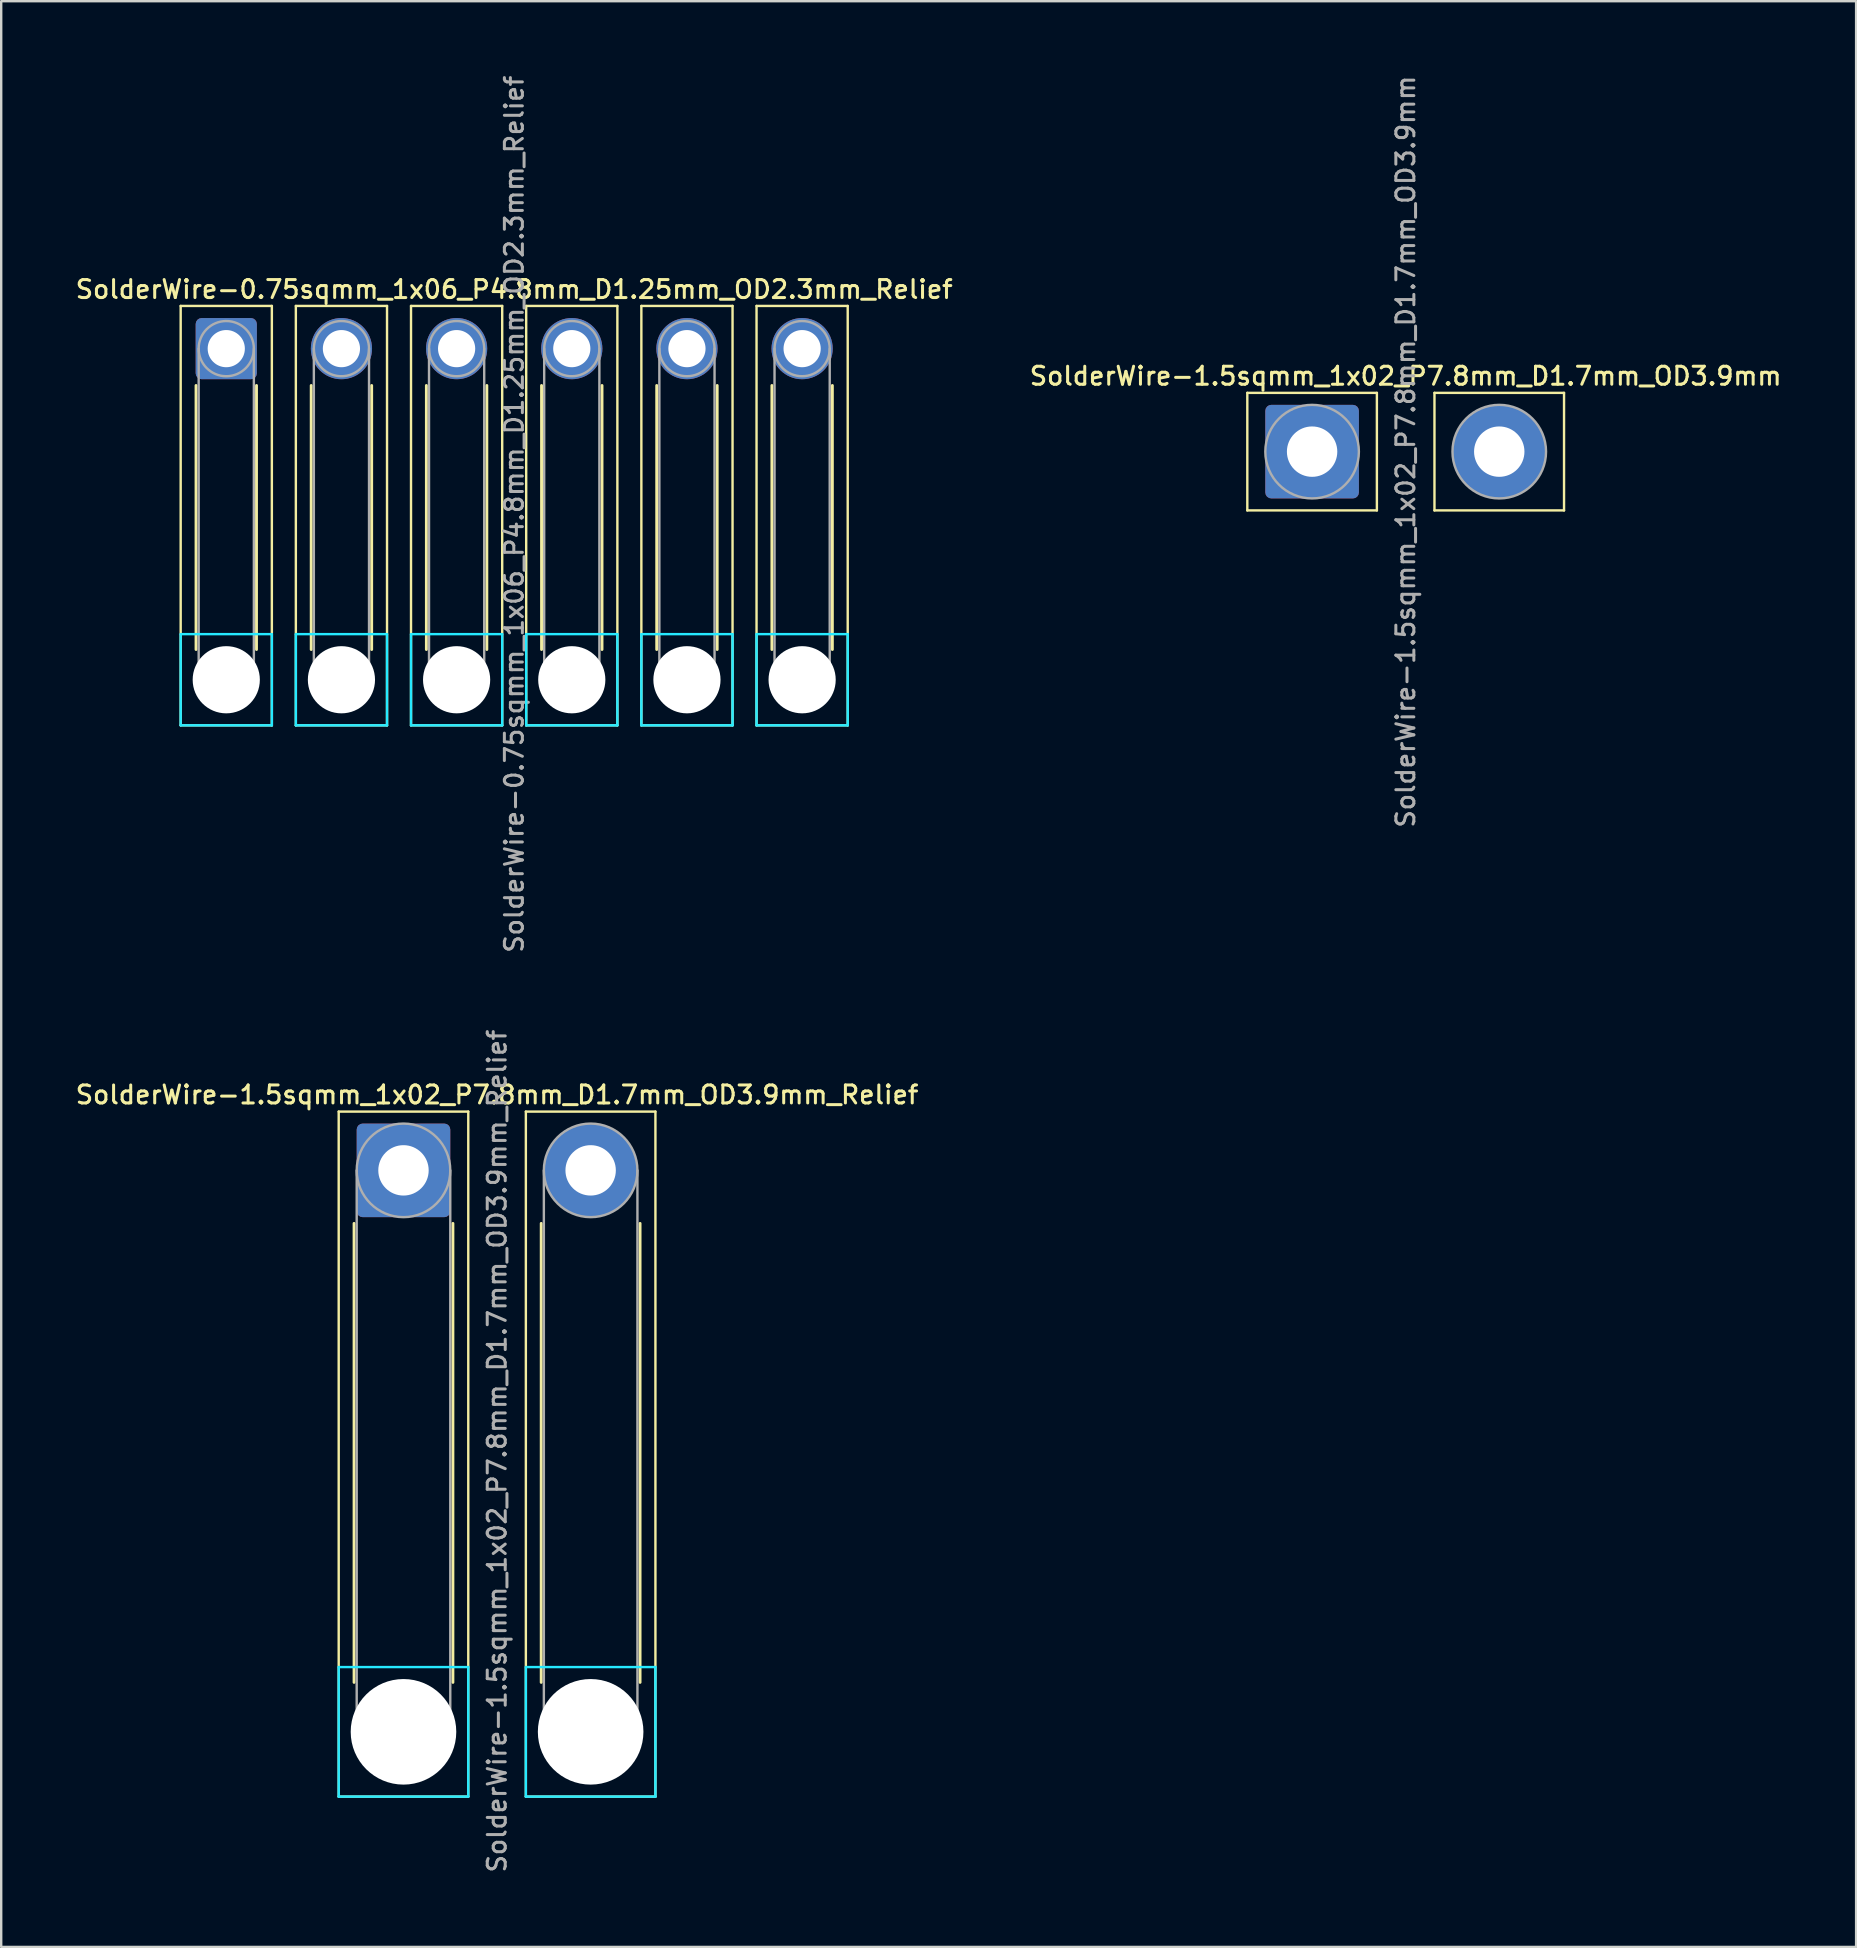
<source format=kicad_pcb>
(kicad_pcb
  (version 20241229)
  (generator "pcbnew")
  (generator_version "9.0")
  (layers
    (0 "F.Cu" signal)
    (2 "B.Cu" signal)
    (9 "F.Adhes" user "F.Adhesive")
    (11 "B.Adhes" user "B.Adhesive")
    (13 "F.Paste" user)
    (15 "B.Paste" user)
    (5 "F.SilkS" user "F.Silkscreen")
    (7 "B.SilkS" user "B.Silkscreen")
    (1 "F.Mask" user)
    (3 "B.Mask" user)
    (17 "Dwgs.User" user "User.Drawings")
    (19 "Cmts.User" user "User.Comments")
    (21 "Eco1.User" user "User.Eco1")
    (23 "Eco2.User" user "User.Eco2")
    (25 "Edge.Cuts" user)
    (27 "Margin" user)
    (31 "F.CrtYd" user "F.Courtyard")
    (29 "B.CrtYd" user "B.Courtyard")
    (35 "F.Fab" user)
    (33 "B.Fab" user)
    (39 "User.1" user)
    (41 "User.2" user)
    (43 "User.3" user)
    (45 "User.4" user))
  (footprint "SolderWire-1.5sqmm_1x02_P7.8mm_D1.7mm_OD3.9mm"
    (layer "F.Cu")
    (at 51.634 15.773)
    (property "Reference" "SolderWire-1.5sqmm_1x02_P7.8mm_D1.7mm_OD3.9mm" (at 3.9 -3.15 0) (layer "F.SilkS") (effects (font (size 0.75 0.75) (thickness 0.125))))
    (attr exclude_from_pos_files exclude_from_bom)
    (fp_line (start -2.7 -2.45) (end -2.7 2.45) (stroke (width 0.1) (type solid)) (layer "F.SilkS"))
    (fp_line (start -2.7 2.45) (end 2.7 2.45) (stroke (width 0.1) (type solid)) (layer "F.SilkS"))
    (fp_line (start 2.7 -2.45) (end -2.7 -2.45) (stroke (width 0.1) (type solid)) (layer "F.SilkS"))
    (fp_line (start 2.7 2.45) (end 2.7 -2.45) (stroke (width 0.1) (type solid)) (layer "F.SilkS"))
    (fp_line (start 5.1 -2.45) (end 5.1 2.45) (stroke (width 0.1) (type solid)) (layer "F.SilkS"))
    (fp_line (start 5.1 2.45) (end 10.5 2.45) (stroke (width 0.1) (type solid)) (layer "F.SilkS"))
    (fp_line (start 10.5 -2.45) (end 5.1 -2.45) (stroke (width 0.1) (type solid)) (layer "F.SilkS"))
    (fp_line (start 10.5 2.45) (end 10.5 -2.45) (stroke (width 0.1) (type solid)) (layer "F.SilkS"))
    (fp_circle (center 0 0) (end 1.95 0) (stroke (width 0.1) (type solid)) (fill no) (layer "F.Fab"))
    (fp_circle (center 7.8 0) (end 9.75 0) (stroke (width 0.1) (type solid)) (fill no) (layer "F.Fab"))
    (fp_text user "${REFERENCE}" (at 3.9 0 90) (layer "F.Fab") (effects (font (size 0.75 0.75) (thickness 0.125))))
    (pad "1" thru_hole roundrect (at 0 0) (size 3.9 3.9) (drill 2.1) (layers "*.Cu" "*.Mask") (roundrect_rratio 0.064))
    (pad "2" thru_hole circle (at 7.8 0) (size 3.9 3.9) (drill 2.1) (layers "*.Cu" "*.Mask")))
  (footprint "SolderWire-0.75sqmm_1x06_P4.8mm_D1.25mm_OD2.3mm_Relief"
    (layer "F.Cu")
    (at 6.38 11.48)
    (property "Reference" "SolderWire-0.75sqmm_1x06_P4.8mm_D1.25mm_OD2.3mm_Relief" (at 12 -2.47 0) (layer "F.SilkS") (effects (font (size 0.75 0.75) (thickness 0.125))))
    (attr exclude_from_pos_files exclude_from_bom)
    (fp_line (start -1.9 -1.78) (end -1.9 15.7) (stroke (width 0.1) (type solid)) (layer "F.SilkS"))
    (fp_line (start -1.9 15.7) (end 1.9 15.7) (stroke (width 0.1) (type solid)) (layer "F.SilkS"))
    (fp_line (start -1.26 1.535) (end -1.26 12.54) (stroke (width 0.12) (type solid)) (layer "F.SilkS"))
    (fp_line (start 1.26 1.535) (end 1.26 12.54) (stroke (width 0.12) (type solid)) (layer "F.SilkS"))
    (fp_line (start 1.9 -1.78) (end -1.9 -1.78) (stroke (width 0.1) (type solid)) (layer "F.SilkS"))
    (fp_line (start 1.9 15.7) (end 1.9 -1.78) (stroke (width 0.1) (type solid)) (layer "F.SilkS"))
    (fp_line (start 2.9 -1.78) (end 2.9 15.7) (stroke (width 0.1) (type solid)) (layer "F.SilkS"))
    (fp_line (start 2.9 15.7) (end 6.7 15.7) (stroke (width 0.1) (type solid)) (layer "F.SilkS"))
    (fp_line (start 3.54 1.535) (end 3.54 12.54) (stroke (width 0.12) (type solid)) (layer "F.SilkS"))
    (fp_line (start 6.06 1.535) (end 6.06 12.54) (stroke (width 0.12) (type solid)) (layer "F.SilkS"))
    (fp_line (start 6.7 -1.78) (end 2.9 -1.78) (stroke (width 0.1) (type solid)) (layer "F.SilkS"))
    (fp_line (start 6.7 15.7) (end 6.7 -1.78) (stroke (width 0.1) (type solid)) (layer "F.SilkS"))
    (fp_line (start 7.7 -1.78) (end 7.7 15.7) (stroke (width 0.1) (type solid)) (layer "F.SilkS"))
    (fp_line (start 7.7 15.7) (end 11.5 15.7) (stroke (width 0.1) (type solid)) (layer "F.SilkS"))
    (fp_line (start 8.34 1.535) (end 8.34 12.54) (stroke (width 0.12) (type solid)) (layer "F.SilkS"))
    (fp_line (start 10.86 1.535) (end 10.86 12.54) (stroke (width 0.12) (type solid)) (layer "F.SilkS"))
    (fp_line (start 11.5 -1.78) (end 7.7 -1.78) (stroke (width 0.1) (type solid)) (layer "F.SilkS"))
    (fp_line (start 11.5 15.7) (end 11.5 -1.78) (stroke (width 0.1) (type solid)) (layer "F.SilkS"))
    (fp_line (start 12.5 -1.78) (end 12.5 15.7) (stroke (width 0.1) (type solid)) (layer "F.SilkS"))
    (fp_line (start 12.5 15.7) (end 16.3 15.7) (stroke (width 0.1) (type solid)) (layer "F.SilkS"))
    (fp_line (start 13.14 1.535) (end 13.14 12.54) (stroke (width 0.12) (type solid)) (layer "F.SilkS"))
    (fp_line (start 15.66 1.535) (end 15.66 12.54) (stroke (width 0.12) (type solid)) (layer "F.SilkS"))
    (fp_line (start 16.3 -1.78) (end 12.5 -1.78) (stroke (width 0.1) (type solid)) (layer "F.SilkS"))
    (fp_line (start 16.3 15.7) (end 16.3 -1.78) (stroke (width 0.1) (type solid)) (layer "F.SilkS"))
    (fp_line (start 17.3 -1.78) (end 17.3 15.7) (stroke (width 0.1) (type solid)) (layer "F.SilkS"))
    (fp_line (start 17.3 15.7) (end 21.1 15.7) (stroke (width 0.1) (type solid)) (layer "F.SilkS"))
    (fp_line (start 17.94 1.535) (end 17.94 12.54) (stroke (width 0.12) (type solid)) (layer "F.SilkS"))
    (fp_line (start 20.46 1.535) (end 20.46 12.54) (stroke (width 0.12) (type solid)) (layer "F.SilkS"))
    (fp_line (start 21.1 -1.78) (end 17.3 -1.78) (stroke (width 0.1) (type solid)) (layer "F.SilkS"))
    (fp_line (start 21.1 15.7) (end 21.1 -1.78) (stroke (width 0.1) (type solid)) (layer "F.SilkS"))
    (fp_line (start 22.1 -1.78) (end 22.1 15.7) (stroke (width 0.1) (type solid)) (layer "F.SilkS"))
    (fp_line (start 22.1 15.7) (end 25.9 15.7) (stroke (width 0.1) (type solid)) (layer "F.SilkS"))
    (fp_line (start 22.74 1.535) (end 22.74 12.54) (stroke (width 0.12) (type solid)) (layer "F.SilkS"))
    (fp_line (start 25.26 1.535) (end 25.26 12.54) (stroke (width 0.12) (type solid)) (layer "F.SilkS"))
    (fp_line (start 25.9 -1.78) (end 22.1 -1.78) (stroke (width 0.1) (type solid)) (layer "F.SilkS"))
    (fp_line (start 25.9 15.7) (end 25.9 -1.78) (stroke (width 0.1) (type solid)) (layer "F.SilkS"))
    (fp_line (start -1.9 11.9) (end -1.9 15.7) (stroke (width 0.1) (type solid)) (layer "B.CrtYd"))
    (fp_line (start -1.9 15.7) (end 1.9 15.7) (stroke (width 0.1) (type solid)) (layer "B.CrtYd"))
    (fp_line (start 1.9 11.9) (end -1.9 11.9) (stroke (width 0.1) (type solid)) (layer "B.CrtYd"))
    (fp_line (start 1.9 15.7) (end 1.9 11.9) (stroke (width 0.1) (type solid)) (layer "B.CrtYd"))
    (fp_line (start 2.9 11.9) (end 2.9 15.7) (stroke (width 0.1) (type solid)) (layer "B.CrtYd"))
    (fp_line (start 2.9 15.7) (end 6.7 15.7) (stroke (width 0.1) (type solid)) (layer "B.CrtYd"))
    (fp_line (start 6.7 11.9) (end 2.9 11.9) (stroke (width 0.1) (type solid)) (layer "B.CrtYd"))
    (fp_line (start 6.7 15.7) (end 6.7 11.9) (stroke (width 0.1) (type solid)) (layer "B.CrtYd"))
    (fp_line (start 7.7 11.9) (end 7.7 15.7) (stroke (width 0.1) (type solid)) (layer "B.CrtYd"))
    (fp_line (start 7.7 15.7) (end 11.5 15.7) (stroke (width 0.1) (type solid)) (layer "B.CrtYd"))
    (fp_line (start 11.5 11.9) (end 7.7 11.9) (stroke (width 0.1) (type solid)) (layer "B.CrtYd"))
    (fp_line (start 11.5 15.7) (end 11.5 11.9) (stroke (width 0.1) (type solid)) (layer "B.CrtYd"))
    (fp_line (start 12.5 11.9) (end 12.5 15.7) (stroke (width 0.1) (type solid)) (layer "B.CrtYd"))
    (fp_line (start 12.5 15.7) (end 16.3 15.7) (stroke (width 0.1) (type solid)) (layer "B.CrtYd"))
    (fp_line (start 16.3 11.9) (end 12.5 11.9) (stroke (width 0.1) (type solid)) (layer "B.CrtYd"))
    (fp_line (start 16.3 15.7) (end 16.3 11.9) (stroke (width 0.1) (type solid)) (layer "B.CrtYd"))
    (fp_line (start 17.3 11.9) (end 17.3 15.7) (stroke (width 0.1) (type solid)) (layer "B.CrtYd"))
    (fp_line (start 17.3 15.7) (end 21.1 15.7) (stroke (width 0.1) (type solid)) (layer "B.CrtYd"))
    (fp_line (start 21.1 11.9) (end 17.3 11.9) (stroke (width 0.1) (type solid)) (layer "B.CrtYd"))
    (fp_line (start 21.1 15.7) (end 21.1 11.9) (stroke (width 0.1) (type solid)) (layer "B.CrtYd"))
    (fp_line (start 22.1 11.9) (end 22.1 15.7) (stroke (width 0.1) (type solid)) (layer "B.CrtYd"))
    (fp_line (start 22.1 15.7) (end 25.9 15.7) (stroke (width 0.1) (type solid)) (layer "B.CrtYd"))
    (fp_line (start 25.9 11.9) (end 22.1 11.9) (stroke (width 0.1) (type solid)) (layer "B.CrtYd"))
    (fp_line (start 25.9 15.7) (end 25.9 11.9) (stroke (width 0.1) (type solid)) (layer "B.CrtYd"))
    (fp_line (start -1.15 0) (end -1.15 13.8) (stroke (width 0.1) (type solid)) (layer "F.Fab"))
    (fp_line (start 1.15 0) (end 1.15 13.8) (stroke (width 0.1) (type solid)) (layer "F.Fab"))
    (fp_line (start 3.65 0) (end 3.65 13.8) (stroke (width 0.1) (type solid)) (layer "F.Fab"))
    (fp_line (start 5.95 0) (end 5.95 13.8) (stroke (width 0.1) (type solid)) (layer "F.Fab"))
    (fp_line (start 8.45 0) (end 8.45 13.8) (stroke (width 0.1) (type solid)) (layer "F.Fab"))
    (fp_line (start 10.75 0) (end 10.75 13.8) (stroke (width 0.1) (type solid)) (layer "F.Fab"))
    (fp_line (start 13.25 0) (end 13.25 13.8) (stroke (width 0.1) (type solid)) (layer "F.Fab"))
    (fp_line (start 15.55 0) (end 15.55 13.8) (stroke (width 0.1) (type solid)) (layer "F.Fab"))
    (fp_line (start 18.05 0) (end 18.05 13.8) (stroke (width 0.1) (type solid)) (layer "F.Fab"))
    (fp_line (start 20.35 0) (end 20.35 13.8) (stroke (width 0.1) (type solid)) (layer "F.Fab"))
    (fp_line (start 22.85 0) (end 22.85 13.8) (stroke (width 0.1) (type solid)) (layer "F.Fab"))
    (fp_line (start 25.15 0) (end 25.15 13.8) (stroke (width 0.1) (type solid)) (layer "F.Fab"))
    (fp_circle (center 0 0) (end 1.15 0) (stroke (width 0.1) (type solid)) (fill no) (layer "F.Fab"))
    (fp_circle (center 0 13.8) (end 1.15 13.8) (stroke (width 0.1) (type solid)) (fill no) (layer "F.Fab"))
    (fp_circle (center 4.8 0) (end 5.95 0) (stroke (width 0.1) (type solid)) (fill no) (layer "F.Fab"))
    (fp_circle (center 4.8 13.8) (end 5.95 13.8) (stroke (width 0.1) (type solid)) (fill no) (layer "F.Fab"))
    (fp_circle (center 9.6 0) (end 10.75 0) (stroke (width 0.1) (type solid)) (fill no) (layer "F.Fab"))
    (fp_circle (center 9.6 13.8) (end 10.75 13.8) (stroke (width 0.1) (type solid)) (fill no) (layer "F.Fab"))
    (fp_circle (center 14.4 0) (end 15.55 0) (stroke (width 0.1) (type solid)) (fill no) (layer "F.Fab"))
    (fp_circle (center 14.4 13.8) (end 15.55 13.8) (stroke (width 0.1) (type solid)) (fill no) (layer "F.Fab"))
    (fp_circle (center 19.2 0) (end 20.35 0) (stroke (width 0.1) (type solid)) (fill no) (layer "F.Fab"))
    (fp_circle (center 19.2 13.8) (end 20.35 13.8) (stroke (width 0.1) (type solid)) (fill no) (layer "F.Fab"))
    (fp_circle (center 24 0) (end 25.15 0) (stroke (width 0.1) (type solid)) (fill no) (layer "F.Fab"))
    (fp_circle (center 24 13.8) (end 25.15 13.8) (stroke (width 0.1) (type solid)) (fill no) (layer "F.Fab"))
    (fp_text user "${REFERENCE}" (at 12 6.9 90) (layer "F.Fab") (effects (font (size 0.75 0.75) (thickness 0.125))))
    (pad "" np_thru_hole circle (at 0 13.8) (size 2.8 2.8) (drill 2.8) (layers "*.Cu" "*.Mask"))
    (pad "" np_thru_hole circle (at 4.8 13.8) (size 2.8 2.8) (drill 2.8) (layers "*.Cu" "*.Mask"))
    (pad "" np_thru_hole circle (at 9.6 13.8) (size 2.8 2.8) (drill 2.8) (layers "*.Cu" "*.Mask"))
    (pad "" np_thru_hole circle (at 14.4 13.8) (size 2.8 2.8) (drill 2.8) (layers "*.Cu" "*.Mask"))
    (pad "" np_thru_hole circle (at 19.2 13.8) (size 2.8 2.8) (drill 2.8) (layers "*.Cu" "*.Mask"))
    (pad "" np_thru_hole circle (at 24 13.8) (size 2.8 2.8) (drill 2.8) (layers "*.Cu" "*.Mask"))
    (pad "1" thru_hole roundrect (at 0 0) (size 2.55 2.55) (drill 1.55) (layers "*.Cu" "*.Mask") (roundrect_rratio 0.098))
    (pad "2" thru_hole circle (at 4.8 0) (size 2.55 2.55) (drill 1.55) (layers "*.Cu" "*.Mask"))
    (pad "3" thru_hole circle (at 9.6 0) (size 2.55 2.55) (drill 1.55) (layers "*.Cu" "*.Mask"))
    (pad "4" thru_hole circle (at 14.4 0) (size 2.55 2.55) (drill 1.55) (layers "*.Cu" "*.Mask"))
    (pad "5" thru_hole circle (at 19.2 0) (size 2.55 2.55) (drill 1.55) (layers "*.Cu" "*.Mask"))
    (pad "6" thru_hole circle (at 24 0) (size 2.55 2.55) (drill 1.55) (layers "*.Cu" "*.Mask")))
  (footprint "SolderWire-1.5sqmm_1x02_P7.8mm_D1.7mm_OD3.9mm_Relief"
    (layer "F.Cu")
    (at 13.766 45.727)
    (property "Reference" "SolderWire-1.5sqmm_1x02_P7.8mm_D1.7mm_OD3.9mm_Relief" (at 3.9 -3.15 0) (layer "F.SilkS") (effects (font (size 0.75 0.75) (thickness 0.125))))
    (attr exclude_from_pos_files exclude_from_bom)
    (fp_line (start -2.7 -2.45) (end -2.7 26.1) (stroke (width 0.1) (type solid)) (layer "F.SilkS"))
    (fp_line (start -2.7 26.1) (end 2.7 26.1) (stroke (width 0.1) (type solid)) (layer "F.SilkS"))
    (fp_line (start -2.06 2.21) (end -2.06 21.34) (stroke (width 0.12) (type solid)) (layer "F.SilkS"))
    (fp_line (start 2.06 2.21) (end 2.06 21.34) (stroke (width 0.12) (type solid)) (layer "F.SilkS"))
    (fp_line (start 2.7 -2.45) (end -2.7 -2.45) (stroke (width 0.1) (type solid)) (layer "F.SilkS"))
    (fp_line (start 2.7 26.1) (end 2.7 -2.45) (stroke (width 0.1) (type solid)) (layer "F.SilkS"))
    (fp_line (start 5.1 -2.45) (end 5.1 26.1) (stroke (width 0.1) (type solid)) (layer "F.SilkS"))
    (fp_line (start 5.1 26.1) (end 10.5 26.1) (stroke (width 0.1) (type solid)) (layer "F.SilkS"))
    (fp_line (start 5.74 2.21) (end 5.74 21.34) (stroke (width 0.12) (type solid)) (layer "F.SilkS"))
    (fp_line (start 9.86 2.21) (end 9.86 21.34) (stroke (width 0.12) (type solid)) (layer "F.SilkS"))
    (fp_line (start 10.5 -2.45) (end 5.1 -2.45) (stroke (width 0.1) (type solid)) (layer "F.SilkS"))
    (fp_line (start 10.5 26.1) (end 10.5 -2.45) (stroke (width 0.1) (type solid)) (layer "F.SilkS"))
    (fp_line (start -2.7 20.7) (end -2.7 26.1) (stroke (width 0.1) (type solid)) (layer "B.CrtYd"))
    (fp_line (start -2.7 26.1) (end 2.7 26.1) (stroke (width 0.1) (type solid)) (layer "B.CrtYd"))
    (fp_line (start 2.7 20.7) (end -2.7 20.7) (stroke (width 0.1) (type solid)) (layer "B.CrtYd"))
    (fp_line (start 2.7 26.1) (end 2.7 20.7) (stroke (width 0.1) (type solid)) (layer "B.CrtYd"))
    (fp_line (start 5.1 20.7) (end 5.1 26.1) (stroke (width 0.1) (type solid)) (layer "B.CrtYd"))
    (fp_line (start 5.1 26.1) (end 10.5 26.1) (stroke (width 0.1) (type solid)) (layer "B.CrtYd"))
    (fp_line (start 10.5 20.7) (end 5.1 20.7) (stroke (width 0.1) (type solid)) (layer "B.CrtYd"))
    (fp_line (start 10.5 26.1) (end 10.5 20.7) (stroke (width 0.1) (type solid)) (layer "B.CrtYd"))
    (fp_line (start -1.95 0) (end -1.95 23.4) (stroke (width 0.1) (type solid)) (layer "F.Fab"))
    (fp_line (start 1.95 0) (end 1.95 23.4) (stroke (width 0.1) (type solid)) (layer "F.Fab"))
    (fp_line (start 5.85 0) (end 5.85 23.4) (stroke (width 0.1) (type solid)) (layer "F.Fab"))
    (fp_line (start 9.75 0) (end 9.75 23.4) (stroke (width 0.1) (type solid)) (layer "F.Fab"))
    (fp_circle (center 0 0) (end 1.95 0) (stroke (width 0.1) (type solid)) (fill no) (layer "F.Fab"))
    (fp_circle (center 0 23.4) (end 1.95 23.4) (stroke (width 0.1) (type solid)) (fill no) (layer "F.Fab"))
    (fp_circle (center 7.8 0) (end 9.75 0) (stroke (width 0.1) (type solid)) (fill no) (layer "F.Fab"))
    (fp_circle (center 7.8 23.4) (end 9.75 23.4) (stroke (width 0.1) (type solid)) (fill no) (layer "F.Fab"))
    (fp_text user "${REFERENCE}" (at 3.9 11.7 90) (layer "F.Fab") (effects (font (size 0.75 0.75) (thickness 0.125))))
    (pad "" np_thru_hole circle (at 0 23.4) (size 4.4 4.4) (drill 4.4) (layers "*.Cu" "*.Mask"))
    (pad "" np_thru_hole circle (at 7.8 23.4) (size 4.4 4.4) (drill 4.4) (layers "*.Cu" "*.Mask"))
    (pad "1" thru_hole roundrect (at 0 0) (size 3.9 3.9) (drill 2.1) (layers "*.Cu" "*.Mask") (roundrect_rratio 0.064))
    (pad "2" thru_hole circle (at 7.8 0) (size 3.9 3.9) (drill 2.1) (layers "*.Cu" "*.Mask")))
  (gr_rect
    (start -3 -3)
    (end 74.307 78.093)
    (stroke (width 0.1) (type default))
    (fill no)
    (layer "Edge.Cuts")))
</source>
